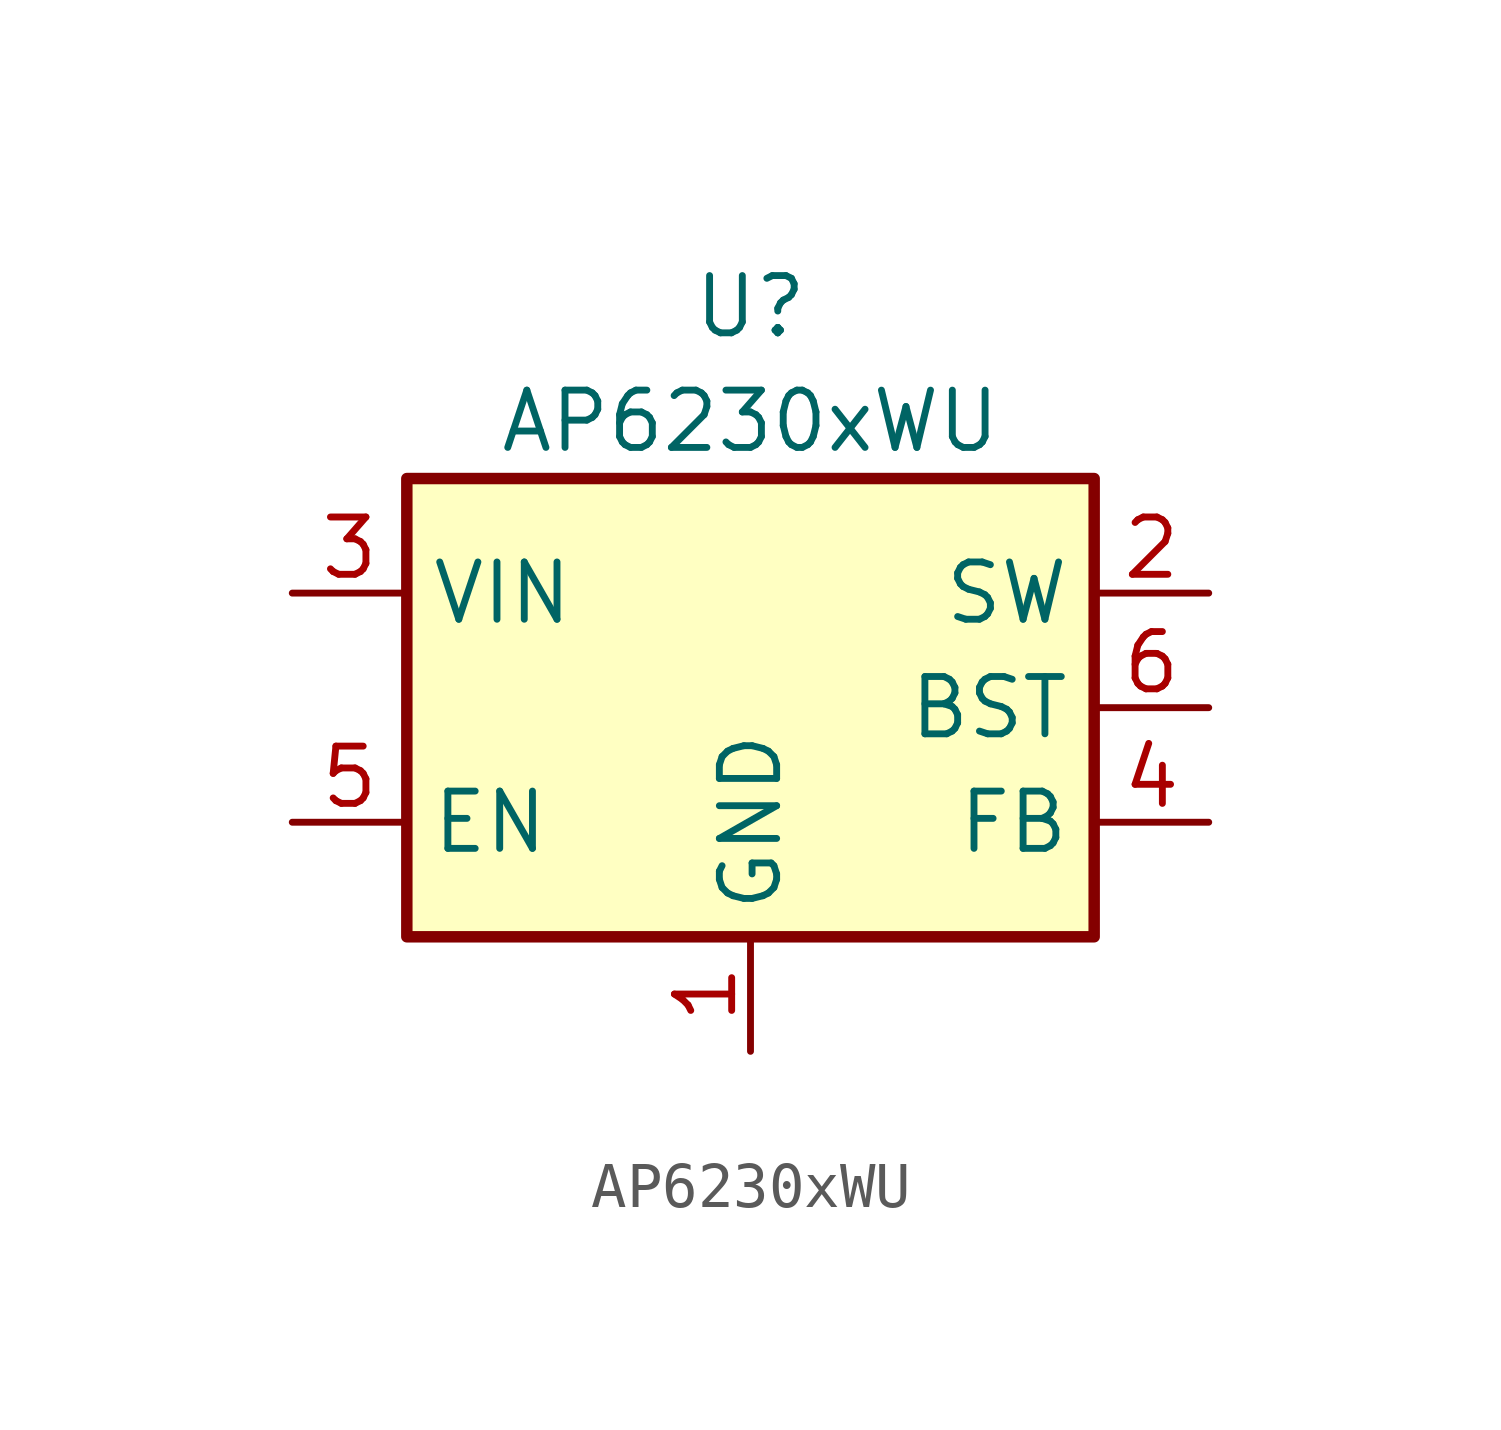
<source format=kicad_sym>
(kicad_symbol_lib
  (version 20211014)
  (generator kicad_symbol_editor)
  (symbol "AP6230xWU"
    (property "Reference" "U"
      (at 0 8.89 0)
      (effects (font (size 1.27 1.27))))
    (property "Value" "AP6230xWU"
      (at 0 6.35 0)
      (effects (font (size 1.27 1.27))))
    (symbol "AP6230xWU_0_1"
      (rectangle (start -7.62 5.08) (end 7.62 -5.08) (stroke (width 0.254) (type default) (color 0 0 0 0)) (fill (type background))))
    (symbol "AP6230xWU_1_1"
      (pin power_in line (at 0 -7.62 90) (length 2.54) (name "GND" (effects (font (size 1.27 1.27)))) (number "1" (effects (font (size 1.27 1.27)))))
      (pin power_out line (at 10.16 2.54 180) (length 2.54) (name "SW" (effects (font (size 1.27 1.27)))) (number "2" (effects (font (size 1.27 1.27)))))
      (pin power_in line (at -10.16 2.54 0) (length 2.54) (name "VIN" (effects (font (size 1.27 1.27)))) (number "3" (effects (font (size 1.27 1.27)))))
      (pin input line (at 10.16 -2.54 180) (length 2.54) (name "FB" (effects (font (size 1.27 1.27)))) (number "4" (effects (font (size 1.27 1.27)))))
      (pin input line (at -10.16 -2.54 0) (length 2.54) (name "EN" (effects (font (size 1.27 1.27)))) (number "5" (effects (font (size 1.27 1.27)))))
      (pin passive line (at 10.16 0 180) (length 2.54) (name "BST" (effects (font (size 1.27 1.27)))) (number "6" (effects (font (size 1.27 1.27))))))))
</source>
